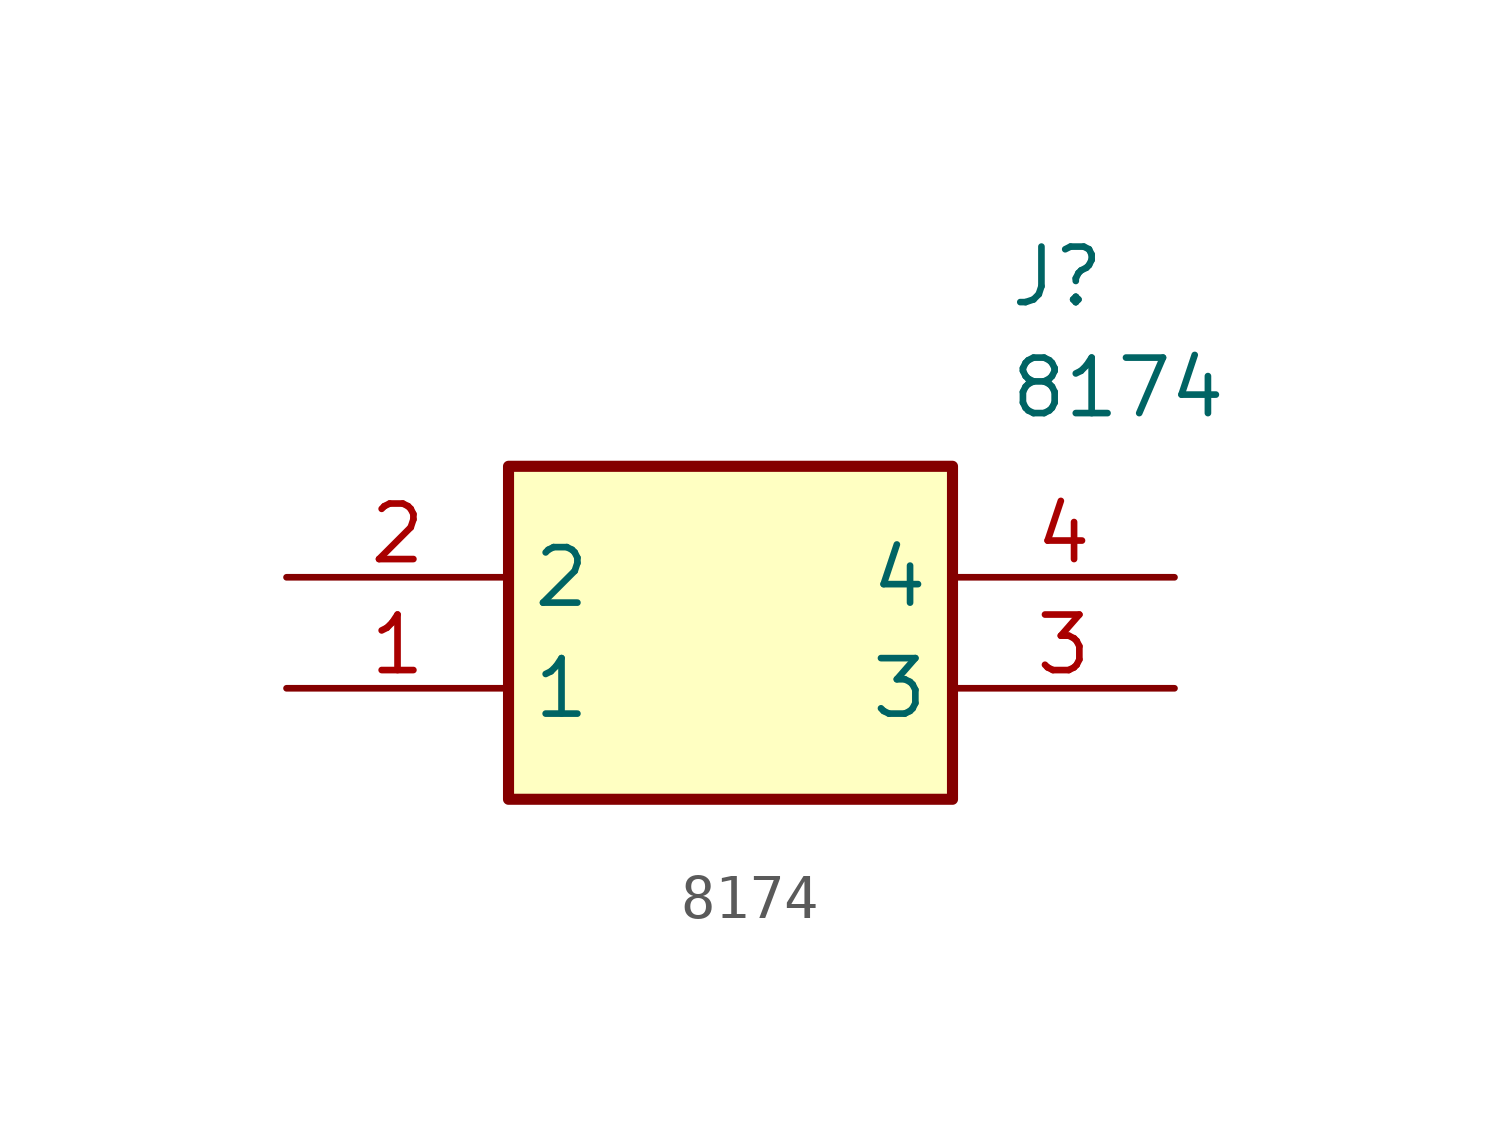
<source format=kicad_sym>
(kicad_symbol_lib
  (version 20211014)
  (generator SamacSys_ECAD_Model)
  (symbol "8174"
    (property "Reference" "J"
      (at 16.51 7.62 0)
      (effects (font (size 1.27 1.27)) (justify left top)))
    (property "Value" "8174"
      (at 16.51 5.08 0)
      (effects (font (size 1.27 1.27)) (justify left top)))
    (rectangle
      (start 5.08 2.54)
      (end 15.24 -5.08)
      (stroke (width 0.254) (type default))
      (fill (type background)))
    (pin passive line
      (at 0 -2.54 0)
      (length 5.08)
      (name "1" (effects (font (size 1.27 1.27))))
      (number "1" (effects (font (size 1.27 1.27)))))
    (pin passive line
      (at 0 0 0)
      (length 5.08)
      (name "2" (effects (font (size 1.27 1.27))))
      (number "2" (effects (font (size 1.27 1.27)))))
    (pin passive line
      (at 20.32 -2.54 180)
      (length 5.08)
      (name "3" (effects (font (size 1.27 1.27))))
      (number "3" (effects (font (size 1.27 1.27)))))
    (pin passive line
      (at 20.32 0 180)
      (length 5.08)
      (name "4" (effects (font (size 1.27 1.27))))
      (number "4" (effects (font (size 1.27 1.27)))))))
</source>
